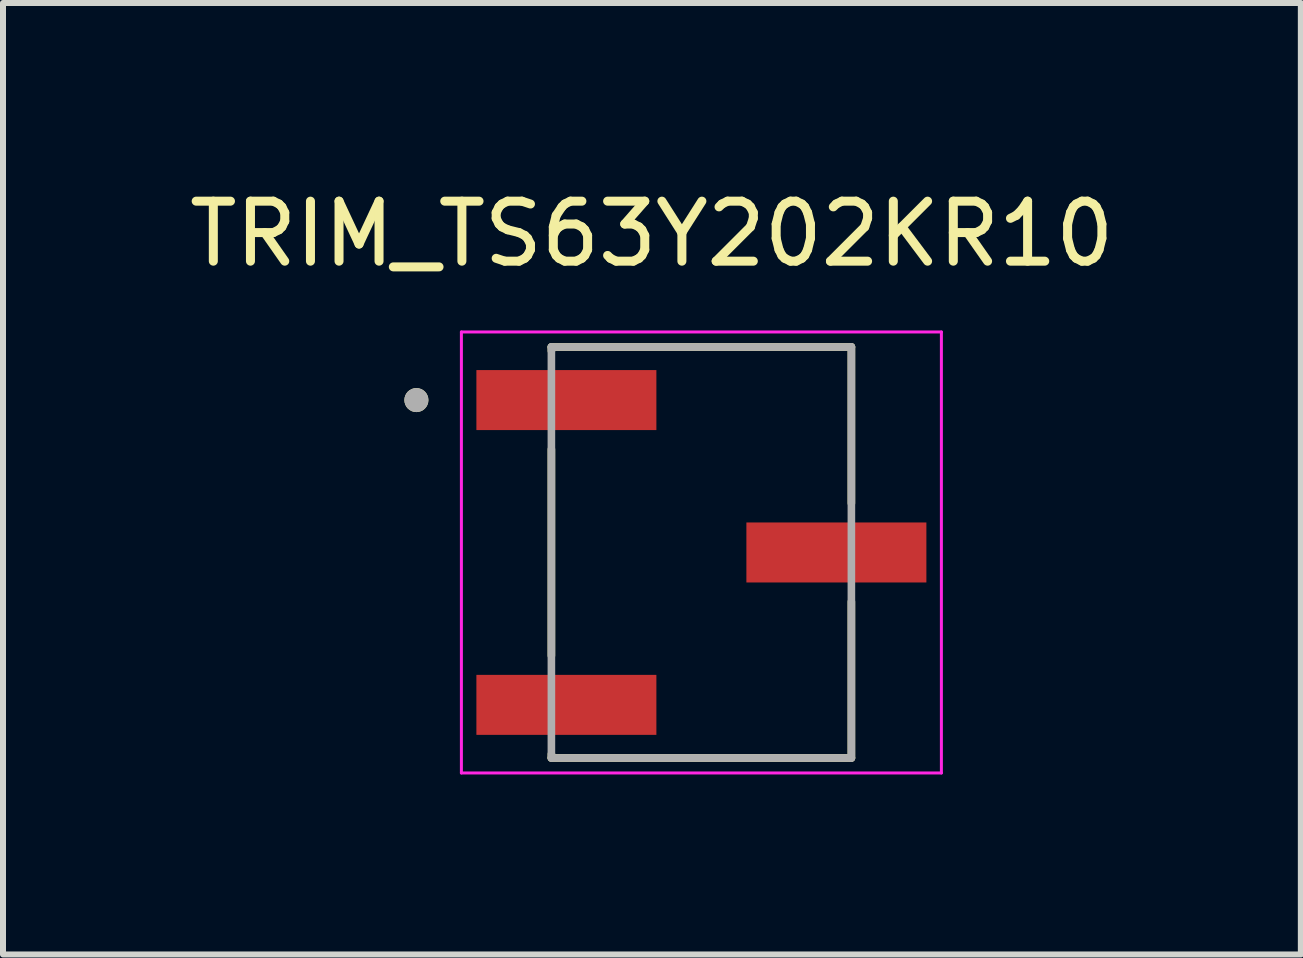
<source format=kicad_pcb>
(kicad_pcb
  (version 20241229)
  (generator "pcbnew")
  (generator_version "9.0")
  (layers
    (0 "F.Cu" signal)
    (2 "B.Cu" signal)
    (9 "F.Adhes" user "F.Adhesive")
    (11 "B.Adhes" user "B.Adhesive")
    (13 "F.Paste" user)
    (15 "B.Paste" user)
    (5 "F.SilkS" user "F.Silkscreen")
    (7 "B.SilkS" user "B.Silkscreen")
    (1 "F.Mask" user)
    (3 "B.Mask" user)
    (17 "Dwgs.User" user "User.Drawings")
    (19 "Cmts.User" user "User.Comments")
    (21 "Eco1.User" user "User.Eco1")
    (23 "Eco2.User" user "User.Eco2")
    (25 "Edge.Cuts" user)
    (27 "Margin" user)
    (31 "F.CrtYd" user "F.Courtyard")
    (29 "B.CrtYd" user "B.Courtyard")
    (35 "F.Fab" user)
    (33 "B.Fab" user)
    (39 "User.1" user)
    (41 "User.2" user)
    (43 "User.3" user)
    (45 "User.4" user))
  (footprint "TRIM_TS63Y202KR10"
    (layer "F.Cu")
    (at 8.64 6.158)
    (property "Reference" "TRIM_TS63Y202KR10" (at -0.825 -5.31 0) (layer "F.SilkS") (effects (font (size 1 1) (thickness 0.15))))
    (attr smd)
    (fp_line (start -2.5 -3.425) (end 2.5 -3.425) (stroke (width 0.127) (type solid)) (layer "F.SilkS"))
    (fp_line (start -2.5 -3.36) (end -2.5 -3.425) (stroke (width 0.127) (type solid)) (layer "F.SilkS"))
    (fp_line (start -2.5 -1.72) (end -2.5 1.72) (stroke (width 0.127) (type solid)) (layer "F.SilkS"))
    (fp_line (start -2.5 3.425) (end -2.5 3.36) (stroke (width 0.127) (type solid)) (layer "F.SilkS"))
    (fp_line (start 2.5 -3.425) (end 2.5 -0.82) (stroke (width 0.127) (type solid)) (layer "F.SilkS"))
    (fp_line (start 2.5 3.425) (end -2.5 3.425) (stroke (width 0.127) (type solid)) (layer "F.SilkS"))
    (fp_line (start 2.5 3.425) (end 2.5 0.82) (stroke (width 0.127) (type solid)) (layer "F.SilkS"))
    (fp_circle (center -4.75 -2.54) (end -4.65 -2.54) (stroke (width 0.2) (type solid)) (fill no) (layer "F.SilkS"))
    (fp_line (start -4 -3.675) (end -4 3.675) (stroke (width 0.05) (type solid)) (layer "F.CrtYd"))
    (fp_line (start -4 3.675) (end 4 3.675) (stroke (width 0.05) (type solid)) (layer "F.CrtYd"))
    (fp_line (start 4 -3.675) (end -4 -3.675) (stroke (width 0.05) (type solid)) (layer "F.CrtYd"))
    (fp_line (start 4 3.675) (end 4 -3.675) (stroke (width 0.05) (type solid)) (layer "F.CrtYd"))
    (fp_line (start -2.5 -3.425) (end 2.5 -3.425) (stroke (width 0.127) (type solid)) (layer "F.Fab"))
    (fp_line (start -2.5 3.425) (end -2.5 -3.425) (stroke (width 0.127) (type solid)) (layer "F.Fab"))
    (fp_line (start 2.5 -3.425) (end 2.5 3.425) (stroke (width 0.127) (type solid)) (layer "F.Fab"))
    (fp_line (start 2.5 3.425) (end -2.5 3.425) (stroke (width 0.127) (type solid)) (layer "F.Fab"))
    (fp_circle (center -4.75 -2.54) (end -4.65 -2.54) (stroke (width 0.2) (type solid)) (fill no) (layer "F.Fab"))
    (pad "1" smd rect (at -2.25 -2.54) (size 3 1) (layers "F.Cu" "F.Mask" "F.Paste"))
    (pad "2" smd rect (at 2.25 0) (size 3 1) (layers "F.Cu" "F.Mask" "F.Paste"))
    (pad "3" smd rect (at -2.25 2.54) (size 3 1) (layers "F.Cu" "F.Mask" "F.Paste")))
  (gr_rect
    (start -3 -3)
    (end 18.631 12.858)
    (stroke (width 0.1) (type default))
    (fill no)
    (layer "Edge.Cuts")))
</source>
